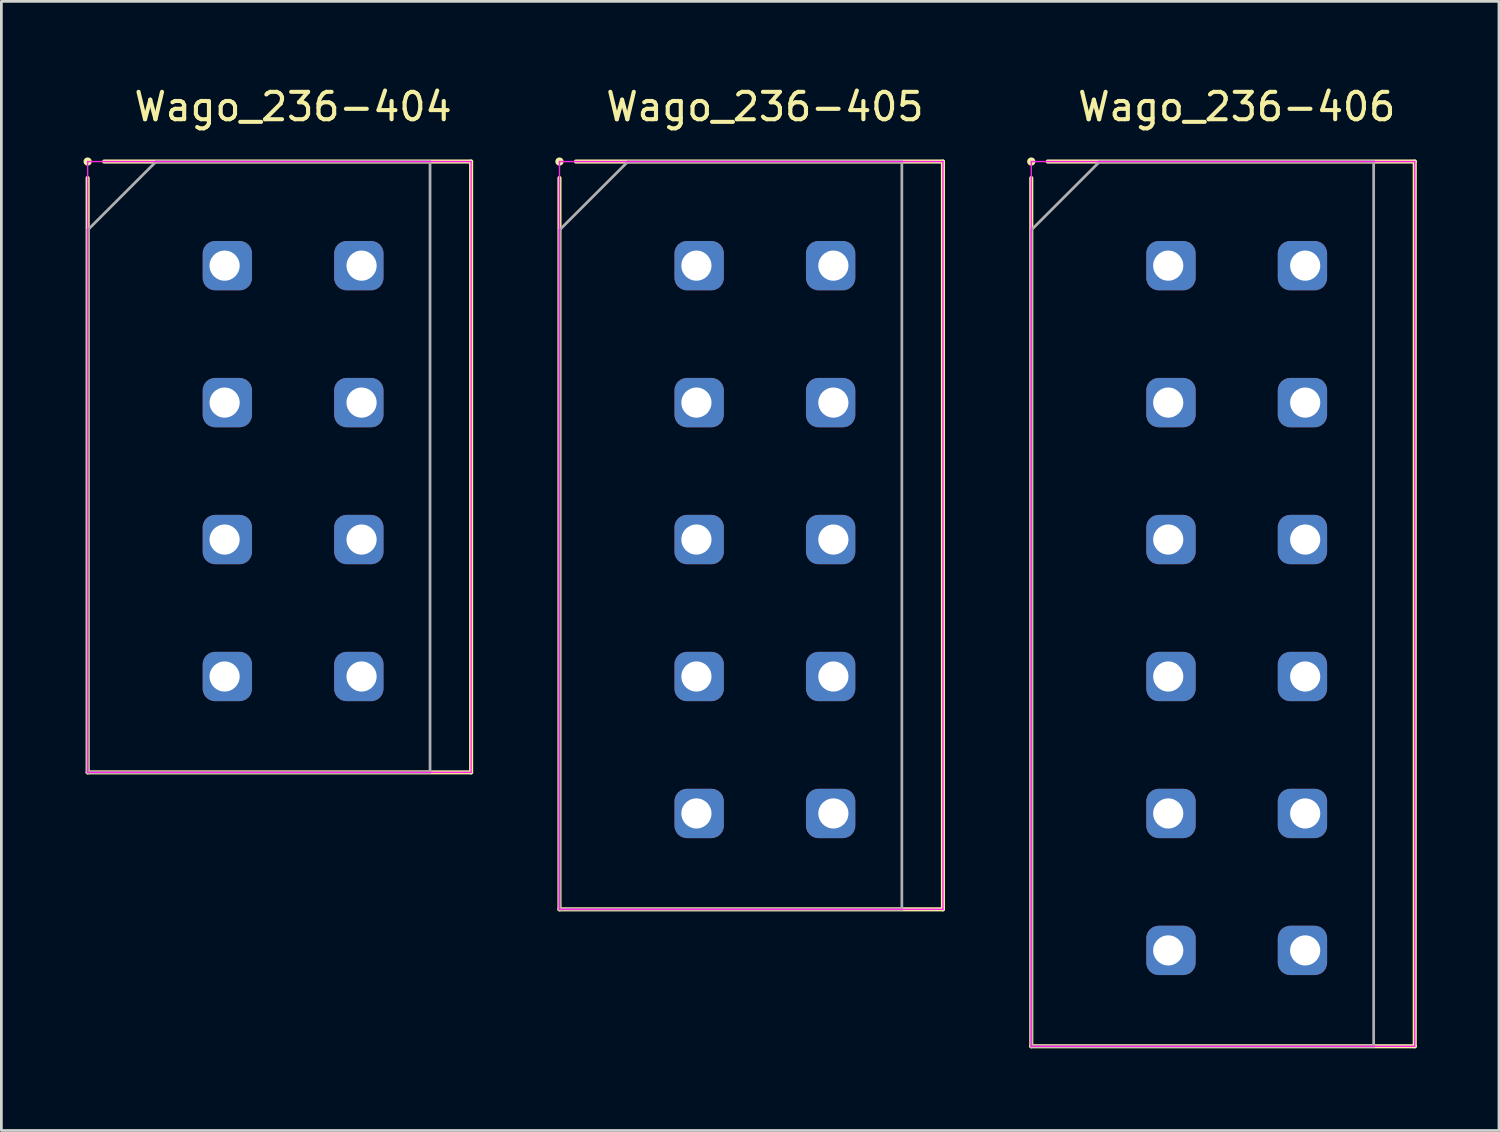
<source format=kicad_pcb>
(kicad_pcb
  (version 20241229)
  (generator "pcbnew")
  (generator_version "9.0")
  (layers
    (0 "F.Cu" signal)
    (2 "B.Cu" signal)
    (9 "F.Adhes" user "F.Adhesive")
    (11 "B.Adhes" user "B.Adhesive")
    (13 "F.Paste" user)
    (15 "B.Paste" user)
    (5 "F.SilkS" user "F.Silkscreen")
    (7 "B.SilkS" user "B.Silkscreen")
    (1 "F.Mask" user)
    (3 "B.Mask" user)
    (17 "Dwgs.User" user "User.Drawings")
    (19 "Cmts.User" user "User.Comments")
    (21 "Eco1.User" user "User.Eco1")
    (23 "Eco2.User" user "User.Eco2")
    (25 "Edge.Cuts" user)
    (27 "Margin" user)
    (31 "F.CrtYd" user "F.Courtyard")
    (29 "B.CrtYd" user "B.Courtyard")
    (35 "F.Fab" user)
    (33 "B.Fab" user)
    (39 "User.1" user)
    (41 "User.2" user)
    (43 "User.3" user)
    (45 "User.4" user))
  (footprint "Wago_236-404"
    (layer "F.Cu")
    (at 7.65 6.648)
    (property "Reference" "Wago_236-404" (at 0 -5.8 0) (layer "F.SilkS") (effects (font (size 1 1) (thickness 0.15))))
    (attr through_hole)
    (fp_line (start -7.5 -3.8) (end -7.5 -3.8) (stroke (width 0.3) (type solid)) (layer "F.SilkS"))
    (fp_line (start -7.5 18.5) (end -7.5 -3.2) (stroke (width 0.15) (type solid)) (layer "F.SilkS"))
    (fp_line (start -6.9 -3.8) (end 6.5 -3.8) (stroke (width 0.15) (type solid)) (layer "F.SilkS"))
    (fp_line (start 6.5 -3.8) (end 6.5 18.5) (stroke (width 0.15) (type solid)) (layer "F.SilkS"))
    (fp_line (start 6.5 18.5) (end -7.5 18.5) (stroke (width 0.15) (type solid)) (layer "F.SilkS"))
    (fp_line (start -7.5 -3.8) (end 6.5 -3.8) (stroke (width 0.05) (type solid)) (layer "F.CrtYd"))
    (fp_line (start -7.5 18.5) (end -7.5 -3.8) (stroke (width 0.05) (type solid)) (layer "F.CrtYd"))
    (fp_line (start 6.5 -3.8) (end 6.5 18.5) (stroke (width 0.05) (type solid)) (layer "F.CrtYd"))
    (fp_line (start 6.5 18.5) (end -7.5 18.5) (stroke (width 0.05) (type solid)) (layer "F.CrtYd"))
    (fp_line (start -7.5 -1.3) (end -5 -3.8) (stroke (width 0.1) (type solid)) (layer "F.Fab"))
    (fp_line (start -7.5 18.5) (end -7.5 -1.3) (stroke (width 0.1) (type solid)) (layer "F.Fab"))
    (fp_line (start -5 -3.8) (end 5 -3.8) (stroke (width 0.1) (type solid)) (layer "F.Fab"))
    (fp_line (start 5 -3.8) (end 5 18.5) (stroke (width 0.1) (type solid)) (layer "F.Fab"))
    (fp_line (start 5 18.5) (end -7.5 18.5) (stroke (width 0.1) (type solid)) (layer "F.Fab"))
    (pad "1" thru_hole roundrect (at -2.5 0) (size 1.8 1.8) (drill 1.1 (offset 0.1 0)) (layers "*.Cu" "*.Mask") (roundrect_rratio 0.25))
    (pad "1" thru_hole roundrect (at 2.5 0) (size 1.8 1.8) (drill 1.1 (offset -0.1 0)) (layers "*.Cu" "*.Mask") (roundrect_rratio 0.25))
    (pad "2" thru_hole roundrect (at -2.5 5) (size 1.8 1.8) (drill 1.1 (offset 0.1 0)) (layers "*.Cu" "*.Mask") (roundrect_rratio 0.25))
    (pad "2" thru_hole roundrect (at 2.5 5) (size 1.8 1.8) (drill 1.1 (offset -0.1 0)) (layers "*.Cu" "*.Mask") (roundrect_rratio 0.25))
    (pad "3" thru_hole roundrect (at -2.5 10) (size 1.8 1.8) (drill 1.1 (offset 0.1 0)) (layers "*.Cu" "*.Mask") (roundrect_rratio 0.25))
    (pad "3" thru_hole roundrect (at 2.5 10) (size 1.8 1.8) (drill 1.1 (offset -0.1 0)) (layers "*.Cu" "*.Mask") (roundrect_rratio 0.25))
    (pad "4" thru_hole roundrect (at -2.5 15) (size 1.8 1.8) (drill 1.1 (offset 0.1 0)) (layers "*.Cu" "*.Mask") (roundrect_rratio 0.25))
    (pad "4" thru_hole roundrect (at 2.5 15) (size 1.8 1.8) (drill 1.1 (offset -0.1 0)) (layers "*.Cu" "*.Mask") (roundrect_rratio 0.25)))
  (footprint "Wago_236-406"
    (layer "F.Cu")
    (at 42.1 6.648)
    (property "Reference" "Wago_236-406" (at 0 -5.8 0) (layer "F.SilkS") (effects (font (size 1 1) (thickness 0.15))))
    (attr through_hole)
    (fp_line (start -7.5 -3.8) (end -7.5 -3.8) (stroke (width 0.3) (type solid)) (layer "F.SilkS"))
    (fp_line (start -7.5 28.5) (end -7.5 -3.2) (stroke (width 0.15) (type solid)) (layer "F.SilkS"))
    (fp_line (start -6.9 -3.8) (end 6.5 -3.8) (stroke (width 0.15) (type solid)) (layer "F.SilkS"))
    (fp_line (start 6.5 -3.8) (end 6.5 28.5) (stroke (width 0.15) (type solid)) (layer "F.SilkS"))
    (fp_line (start 6.5 28.5) (end -7.5 28.5) (stroke (width 0.15) (type solid)) (layer "F.SilkS"))
    (fp_line (start -7.5 -3.8) (end 6.5 -3.8) (stroke (width 0.05) (type solid)) (layer "F.CrtYd"))
    (fp_line (start -7.5 28.5) (end -7.5 -3.8) (stroke (width 0.05) (type solid)) (layer "F.CrtYd"))
    (fp_line (start 6.5 -3.8) (end 6.5 28.5) (stroke (width 0.05) (type solid)) (layer "F.CrtYd"))
    (fp_line (start 6.5 28.5) (end -7.5 28.5) (stroke (width 0.05) (type solid)) (layer "F.CrtYd"))
    (fp_line (start -7.5 -1.3) (end -5 -3.8) (stroke (width 0.1) (type solid)) (layer "F.Fab"))
    (fp_line (start -7.5 28.5) (end -7.5 -1.3) (stroke (width 0.1) (type solid)) (layer "F.Fab"))
    (fp_line (start -5 -3.8) (end 5 -3.8) (stroke (width 0.1) (type solid)) (layer "F.Fab"))
    (fp_line (start 5 -3.8) (end 5 28.5) (stroke (width 0.1) (type solid)) (layer "F.Fab"))
    (fp_line (start 5 28.5) (end -7.5 28.5) (stroke (width 0.1) (type solid)) (layer "F.Fab"))
    (pad "1" thru_hole roundrect (at -2.5 0) (size 1.8 1.8) (drill 1.1 (offset 0.1 0)) (layers "*.Cu" "*.Mask") (roundrect_rratio 0.25))
    (pad "1" thru_hole roundrect (at 2.5 0) (size 1.8 1.8) (drill 1.1 (offset -0.1 0)) (layers "*.Cu" "*.Mask") (roundrect_rratio 0.25))
    (pad "2" thru_hole roundrect (at -2.5 5) (size 1.8 1.8) (drill 1.1 (offset 0.1 0)) (layers "*.Cu" "*.Mask") (roundrect_rratio 0.25))
    (pad "2" thru_hole roundrect (at 2.5 5) (size 1.8 1.8) (drill 1.1 (offset -0.1 0)) (layers "*.Cu" "*.Mask") (roundrect_rratio 0.25))
    (pad "3" thru_hole roundrect (at -2.5 10) (size 1.8 1.8) (drill 1.1 (offset 0.1 0)) (layers "*.Cu" "*.Mask") (roundrect_rratio 0.25))
    (pad "3" thru_hole roundrect (at 2.5 10) (size 1.8 1.8) (drill 1.1 (offset -0.1 0)) (layers "*.Cu" "*.Mask") (roundrect_rratio 0.25))
    (pad "4" thru_hole roundrect (at -2.5 15) (size 1.8 1.8) (drill 1.1 (offset 0.1 0)) (layers "*.Cu" "*.Mask") (roundrect_rratio 0.25))
    (pad "4" thru_hole roundrect (at 2.5 15) (size 1.8 1.8) (drill 1.1 (offset -0.1 0)) (layers "*.Cu" "*.Mask") (roundrect_rratio 0.25))
    (pad "5" thru_hole roundrect (at -2.5 20) (size 1.8 1.8) (drill 1.1 (offset 0.1 0)) (layers "*.Cu" "*.Mask") (roundrect_rratio 0.25))
    (pad "5" thru_hole roundrect (at 2.5 20) (size 1.8 1.8) (drill 1.1 (offset -0.1 0)) (layers "*.Cu" "*.Mask") (roundrect_rratio 0.25))
    (pad "6" thru_hole roundrect (at -2.5 25) (size 1.8 1.8) (drill 1.1 (offset 0.1 0)) (layers "*.Cu" "*.Mask") (roundrect_rratio 0.25))
    (pad "6" thru_hole roundrect (at 2.5 25) (size 1.8 1.8) (drill 1.1 (offset -0.1 0)) (layers "*.Cu" "*.Mask") (roundrect_rratio 0.25)))
  (footprint "Wago_236-405"
    (layer "F.Cu")
    (at 24.875 6.648)
    (property "Reference" "Wago_236-405" (at 0 -5.8 0) (layer "F.SilkS") (effects (font (size 1 1) (thickness 0.15))))
    (attr through_hole)
    (fp_line (start -7.5 -3.8) (end -7.5 -3.8) (stroke (width 0.3) (type solid)) (layer "F.SilkS"))
    (fp_line (start -7.5 23.5) (end -7.5 -3.2) (stroke (width 0.15) (type solid)) (layer "F.SilkS"))
    (fp_line (start -6.9 -3.8) (end 6.5 -3.8) (stroke (width 0.15) (type solid)) (layer "F.SilkS"))
    (fp_line (start 6.5 -3.8) (end 6.5 23.5) (stroke (width 0.15) (type solid)) (layer "F.SilkS"))
    (fp_line (start 6.5 23.5) (end -7.5 23.5) (stroke (width 0.15) (type solid)) (layer "F.SilkS"))
    (fp_line (start -7.5 -3.8) (end 6.5 -3.8) (stroke (width 0.05) (type solid)) (layer "F.CrtYd"))
    (fp_line (start -7.5 23.5) (end -7.5 -3.8) (stroke (width 0.05) (type solid)) (layer "F.CrtYd"))
    (fp_line (start 6.5 -3.8) (end 6.5 23.5) (stroke (width 0.05) (type solid)) (layer "F.CrtYd"))
    (fp_line (start 6.5 23.5) (end -7.5 23.5) (stroke (width 0.05) (type solid)) (layer "F.CrtYd"))
    (fp_line (start -7.5 -1.3) (end -5 -3.8) (stroke (width 0.1) (type solid)) (layer "F.Fab"))
    (fp_line (start -7.5 23.5) (end -7.5 -1.3) (stroke (width 0.1) (type solid)) (layer "F.Fab"))
    (fp_line (start -5 -3.8) (end 5 -3.8) (stroke (width 0.1) (type solid)) (layer "F.Fab"))
    (fp_line (start 5 -3.8) (end 5 23.5) (stroke (width 0.1) (type solid)) (layer "F.Fab"))
    (fp_line (start 5 23.5) (end -7.5 23.5) (stroke (width 0.1) (type solid)) (layer "F.Fab"))
    (pad "1" thru_hole roundrect (at -2.5 0) (size 1.8 1.8) (drill 1.1 (offset 0.1 0)) (layers "*.Cu" "*.Mask") (roundrect_rratio 0.25))
    (pad "1" thru_hole roundrect (at 2.5 0) (size 1.8 1.8) (drill 1.1 (offset -0.1 0)) (layers "*.Cu" "*.Mask") (roundrect_rratio 0.25))
    (pad "2" thru_hole roundrect (at -2.5 5) (size 1.8 1.8) (drill 1.1 (offset 0.1 0)) (layers "*.Cu" "*.Mask") (roundrect_rratio 0.25))
    (pad "2" thru_hole roundrect (at 2.5 5) (size 1.8 1.8) (drill 1.1 (offset -0.1 0)) (layers "*.Cu" "*.Mask") (roundrect_rratio 0.25))
    (pad "3" thru_hole roundrect (at -2.5 10) (size 1.8 1.8) (drill 1.1 (offset 0.1 0)) (layers "*.Cu" "*.Mask") (roundrect_rratio 0.25))
    (pad "3" thru_hole roundrect (at 2.5 10) (size 1.8 1.8) (drill 1.1 (offset -0.1 0)) (layers "*.Cu" "*.Mask") (roundrect_rratio 0.25))
    (pad "4" thru_hole roundrect (at -2.5 15) (size 1.8 1.8) (drill 1.1 (offset 0.1 0)) (layers "*.Cu" "*.Mask") (roundrect_rratio 0.25))
    (pad "4" thru_hole roundrect (at 2.5 15) (size 1.8 1.8) (drill 1.1 (offset -0.1 0)) (layers "*.Cu" "*.Mask") (roundrect_rratio 0.25))
    (pad "5" thru_hole roundrect (at -2.5 20) (size 1.8 1.8) (drill 1.1 (offset 0.1 0)) (layers "*.Cu" "*.Mask") (roundrect_rratio 0.25))
    (pad "5" thru_hole roundrect (at 2.5 20) (size 1.8 1.8) (drill 1.1 (offset -0.1 0)) (layers "*.Cu" "*.Mask") (roundrect_rratio 0.25)))
  (gr_rect
    (start -3 -3)
    (end 51.675 38.223)
    (stroke (width 0.1) (type default))
    (fill no)
    (layer "Edge.Cuts")))
</source>
